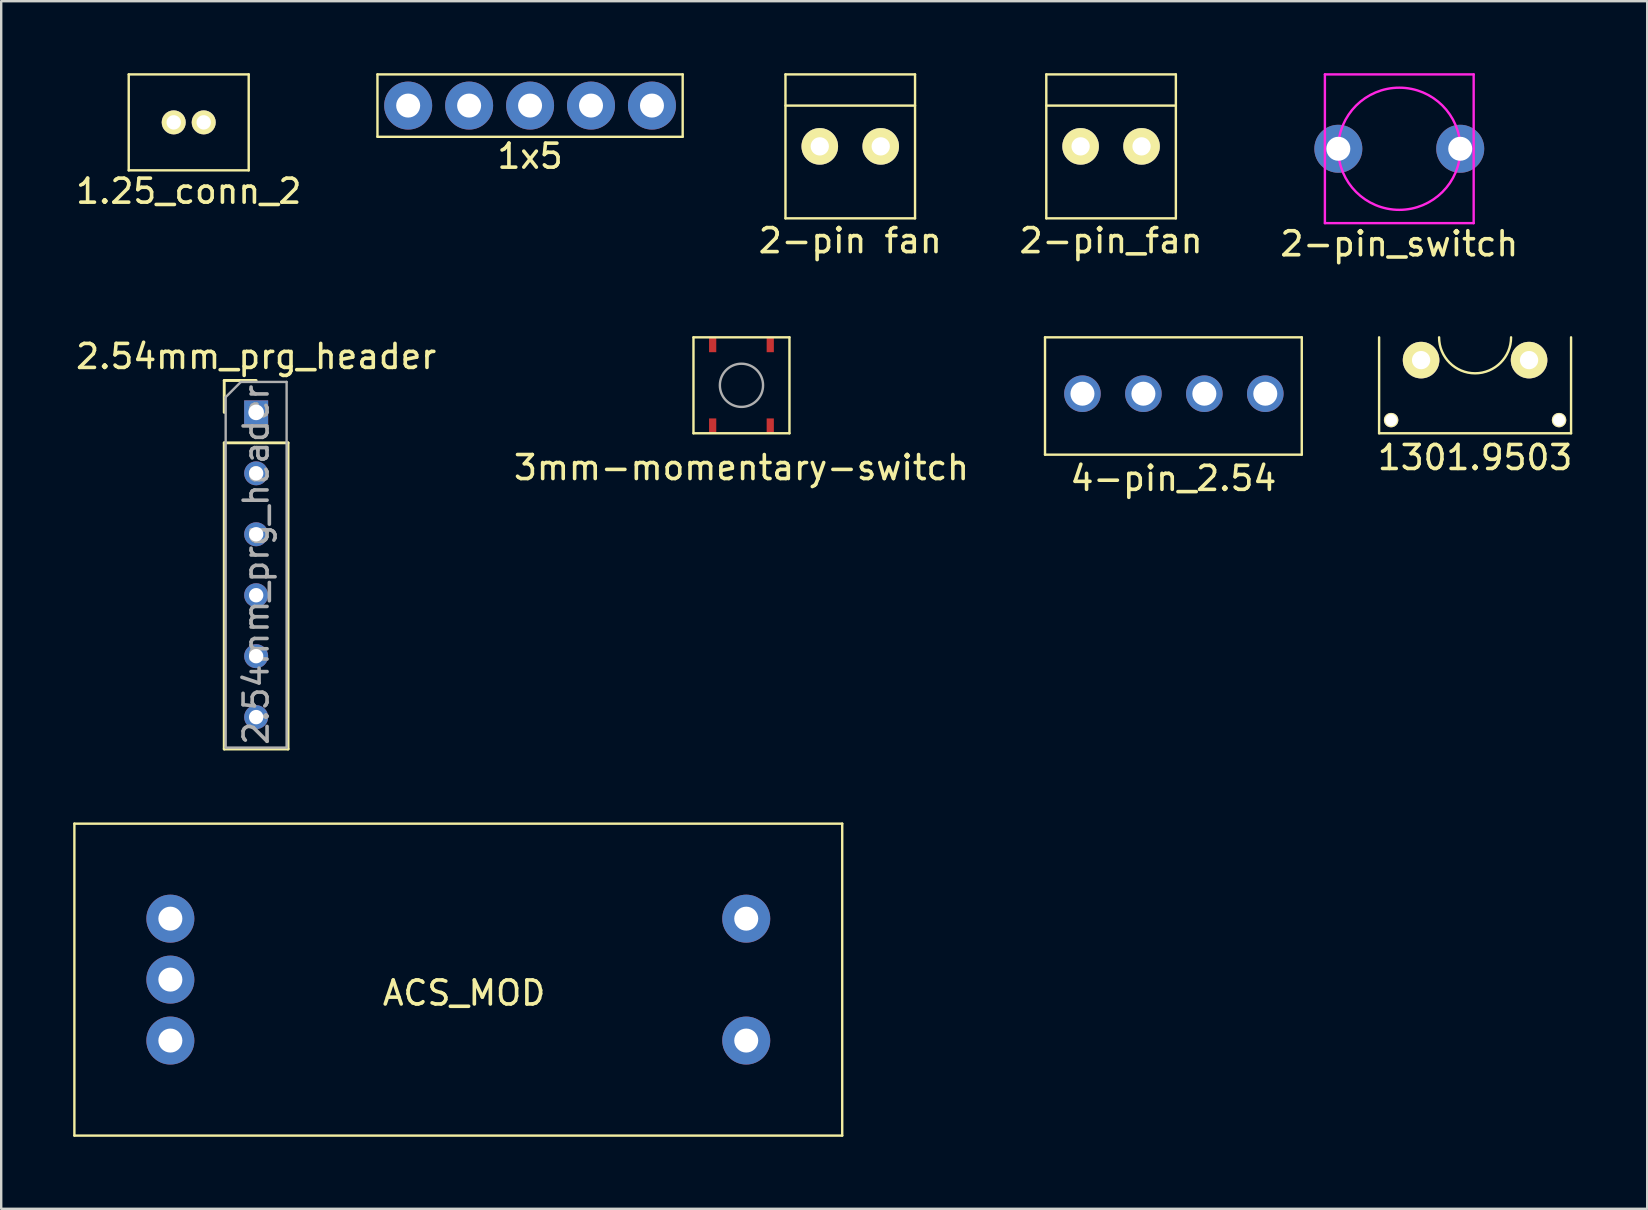
<source format=kicad_pcb>
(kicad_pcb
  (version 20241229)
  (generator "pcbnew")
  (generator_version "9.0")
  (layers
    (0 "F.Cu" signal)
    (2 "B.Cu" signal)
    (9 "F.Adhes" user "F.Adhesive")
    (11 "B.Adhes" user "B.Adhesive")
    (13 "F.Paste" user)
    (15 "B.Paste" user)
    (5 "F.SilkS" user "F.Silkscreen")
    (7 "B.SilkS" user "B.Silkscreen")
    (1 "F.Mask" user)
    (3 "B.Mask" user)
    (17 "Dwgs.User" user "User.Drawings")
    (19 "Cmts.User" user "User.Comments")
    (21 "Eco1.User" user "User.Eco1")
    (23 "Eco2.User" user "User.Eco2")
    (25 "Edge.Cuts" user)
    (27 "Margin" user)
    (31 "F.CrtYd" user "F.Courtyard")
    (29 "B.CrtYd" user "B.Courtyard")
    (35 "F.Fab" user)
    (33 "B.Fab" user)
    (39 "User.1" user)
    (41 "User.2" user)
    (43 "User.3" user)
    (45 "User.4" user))
  (footprint "1.25_conn_2"
    (layer "F.Cu")
    (at 4.815 2.05)
    (property "Reference" "1.25_conn_2" (at 0 2.87 0) (layer "F.SilkS") (effects (font (size 1 1) (thickness 0.15))))
    (attr through_hole)
    (fp_line (start -2.5 -2) (end 2.5 -2) (stroke (width 0.1) (type solid)) (layer "F.SilkS"))
    (fp_line (start -2.5 2) (end -2.5 -2) (stroke (width 0.1) (type solid)) (layer "F.SilkS"))
    (fp_line (start 2.5 -2) (end 2.5 2) (stroke (width 0.1) (type solid)) (layer "F.SilkS"))
    (fp_line (start 2.5 2) (end -2.5 2) (stroke (width 0.1) (type solid)) (layer "F.SilkS"))
    (pad "1" thru_hole circle (at -0.625 0) (size 1 1) (drill 0.6) (layers "*.Cu" "*.Mask" "F.SilkS"))
    (pad "4" thru_hole circle (at 0.625 0) (size 1 1) (drill 0.6) (layers "*.Cu" "*.Mask" "F.SilkS")))
  (footprint "2-pin fan"
    (layer "F.Cu")
    (at 32.385 3.05)
    (property "Reference" "2-pin fan" (at 0 3.93 0) (layer "F.SilkS") (effects (font (size 1 1) (thickness 0.15))))
    (attr through_hole)
    (fp_line (start -2.7 -3) (end 2.7 -3) (stroke (width 0.1) (type solid)) (layer "F.SilkS"))
    (fp_line (start -2.7 -1.7) (end 2.7 -1.7) (stroke (width 0.1) (type solid)) (layer "F.SilkS"))
    (fp_line (start -2.7 3) (end -2.7 -3) (stroke (width 0.1) (type solid)) (layer "F.SilkS"))
    (fp_line (start 2.7 -3) (end 2.7 3) (stroke (width 0.1) (type solid)) (layer "F.SilkS"))
    (fp_line (start 2.7 3) (end -2.7 3) (stroke (width 0.1) (type solid)) (layer "F.SilkS"))
    (pad "1" thru_hole circle (at -1.27 0) (size 1.524 1.524) (drill 0.762) (layers "*.Cu" "*.Mask" "F.SilkS"))
    (pad "2" thru_hole circle (at 1.27 0) (size 1.524 1.524) (drill 0.762) (layers "*.Cu" "*.Mask" "F.SilkS")))
  (footprint "1x5"
    (layer "F.Cu")
    (at 19.041 1.35)
    (property "Reference" "1x5" (at 0 2.11 0) (layer "F.SilkS") (effects (font (size 1 1) (thickness 0.15))))
    (attr through_hole)
    (fp_line (start -6.36 -1.3) (end 6.36 -1.3) (stroke (width 0.1) (type solid)) (layer "F.SilkS"))
    (fp_line (start -6.36 1.3) (end -6.36 -1.3) (stroke (width 0.1) (type solid)) (layer "F.SilkS"))
    (fp_line (start 6.36 -1.3) (end 6.36 1.3) (stroke (width 0.1) (type solid)) (layer "F.SilkS"))
    (fp_line (start 6.36 1.3) (end -6.36 1.3) (stroke (width 0.1) (type solid)) (layer "F.SilkS"))
    (pad "1" thru_hole circle (at -5.08 0) (size 2 2) (drill 1) (layers "*.Cu" "*.Mask"))
    (pad "2" thru_hole circle (at -2.54 0) (size 2 2) (drill 1) (layers "*.Cu" "*.Mask"))
    (pad "3" thru_hole circle (at 0 0) (size 2 2) (drill 1) (layers "*.Cu" "*.Mask"))
    (pad "4" thru_hole circle (at 2.54 0) (size 2 2) (drill 1) (layers "*.Cu" "*.Mask"))
    (pad "5" thru_hole circle (at 5.08 0) (size 2 2) (drill 1) (layers "*.Cu" "*.Mask")))
  (footprint "2.54mm_prg_header"
    (layer "F.Cu")
    (at 7.625 14.136)
    (property "Reference" "2.54mm_prg_header" (at 0 -2.33 0) (layer "F.SilkS") (effects (font (size 1 1) (thickness 0.15))))
    (attr through_hole)
    (fp_line (start -1.33 -1.33) (end 0 -1.33) (stroke (width 0.12) (type solid)) (layer "F.SilkS"))
    (fp_line (start -1.33 0) (end -1.33 -1.33) (stroke (width 0.12) (type solid)) (layer "F.SilkS"))
    (fp_line (start -1.33 1.27) (end -1.33 14.03) (stroke (width 0.12) (type solid)) (layer "F.SilkS"))
    (fp_line (start -1.33 1.27) (end 1.33 1.27) (stroke (width 0.12) (type solid)) (layer "F.SilkS"))
    (fp_line (start -1.33 14.03) (end 1.33 14.03) (stroke (width 0.12) (type solid)) (layer "F.SilkS"))
    (fp_line (start 1.33 1.27) (end 1.33 14.03) (stroke (width 0.12) (type solid)) (layer "F.SilkS"))
    (fp_line (start -1.27 -0.635) (end -0.635 -1.27) (stroke (width 0.1) (type solid)) (layer "F.Fab"))
    (fp_line (start -1.27 13.97) (end -1.27 -0.635) (stroke (width 0.1) (type solid)) (layer "F.Fab"))
    (fp_line (start -0.635 -1.27) (end 1.27 -1.27) (stroke (width 0.1) (type solid)) (layer "F.Fab"))
    (fp_line (start 1.27 -1.27) (end 1.27 13.97) (stroke (width 0.1) (type solid)) (layer "F.Fab"))
    (fp_line (start 1.27 13.97) (end -1.27 13.97) (stroke (width 0.1) (type solid)) (layer "F.Fab"))
    (fp_text user "${REFERENCE}" (at 0 6.35 90) (layer "F.Fab") (effects (font (size 1 1) (thickness 0.15))))
    (pad "1" thru_hole rect (at 0 0) (size 1 1) (drill 0.65) (layers "*.Cu" "*.Mask"))
    (pad "2" thru_hole oval (at 0 2.54) (size 1 1) (drill 0.6) (layers "*.Cu" "*.Mask"))
    (pad "3" thru_hole oval (at 0 5.08) (size 1 1) (drill 0.6) (layers "*.Cu" "*.Mask"))
    (pad "4" thru_hole oval (at 0 7.62) (size 1 1) (drill 0.6) (layers "*.Cu" "*.Mask"))
    (pad "5" thru_hole oval (at 0 10.16) (size 1 1) (drill 0.6) (layers "*.Cu" "*.Mask"))
    (pad "6" thru_hole oval (at 0 12.7) (size 1 1) (drill 0.6) (layers "*.Cu" "*.Mask")))
  (footprint "1301.9503"
    (layer "F.Cu")
    (at 58.425 13.208)
    (property "Reference" "1301.9503" (at 0 2.81 0) (layer "F.SilkS") (effects (font (size 1 1) (thickness 0.15))))
    (attr through_hole)
    (fp_line (start -4 1.8) (end -4 -2.2) (stroke (width 0.1) (type solid)) (layer "F.SilkS"))
    (fp_line (start -4 1.8) (end 4 1.8) (stroke (width 0.1) (type solid)) (layer "F.SilkS"))
    (fp_line (start 4 -2.2) (end 4 1.8) (stroke (width 0.1) (type solid)) (layer "F.SilkS"))
    (fp_arc (start 1.5 -2.2) (mid 0 -0.7) (end -1.5 -2.2) (stroke (width 0.1) (type solid)) (layer "F.SilkS"))
    (pad "1" thru_hole circle (at -2.25 -1.25) (size 1.524 1.524) (drill 0.762) (layers "*.Cu" "*.Mask" "F.SilkS"))
    (pad "2" thru_hole circle (at 2.25 -1.25) (size 1.524 1.524) (drill 0.762) (layers "*.Cu" "*.Mask" "F.SilkS"))
    (pad "3" thru_hole circle (at -3.5 1.25) (size 0.6 0.6) (drill 0.5) (layers "*.Cu" "*.Mask" "F.SilkS"))
    (pad "4" thru_hole circle (at 3.5 1.25) (size 0.6 0.6) (drill 0.5) (layers "*.Cu" "*.Mask" "F.SilkS")))
  (footprint "3mm-momentary-switch"
    (layer "F.Cu")
    (at 27.851 13.008)
    (property "Reference" "3mm-momentary-switch" (at 0 3.43 0) (layer "F.SilkS") (effects (font (size 1 1) (thickness 0.15))))
    (attr through_hole)
    (fp_line (start -2 -2) (end 2 -2) (stroke (width 0.1) (type solid)) (layer "F.SilkS"))
    (fp_line (start -2 2) (end -2 -2) (stroke (width 0.1) (type solid)) (layer "F.SilkS"))
    (fp_line (start 2 -2) (end 2 2) (stroke (width 0.1) (type solid)) (layer "F.SilkS"))
    (fp_line (start 2 2) (end -2 2) (stroke (width 0.1) (type solid)) (layer "F.SilkS"))
    (fp_circle (center 0 0) (end 0.9 0) (stroke (width 0.1) (type solid)) (fill no) (layer "F.Fab"))
    (pad "1" smd rect (at -1.2 -1.68) (size 0.3 0.6) (layers "F.Cu" "F.Mask" "F.Paste"))
    (pad "1" smd rect (at -1.2 1.68) (size 0.3 0.6) (layers "F.Cu" "F.Mask" "F.Paste"))
    (pad "2" smd rect (at 1.2 -1.68) (size 0.3 0.6) (layers "F.Cu" "F.Mask" "F.Paste"))
    (pad "2" smd rect (at 1.2 1.68) (size 0.3 0.6) (layers "F.Cu" "F.Mask" "F.Paste")))
  (footprint "2-pin_switch"
    (layer "F.Cu")
    (at 55.266 3.15)
    (property "Reference" "2-pin_switch" (at 0 3.96 0) (layer "F.SilkS") (effects (font (size 1 1) (thickness 0.15))))
    (attr through_hole)
    (fp_line (start -3.1 -3.1) (end 3.1 -3.1) (stroke (width 0.1) (type solid)) (layer "F.CrtYd"))
    (fp_line (start -3.1 3.1) (end -3.1 -3.1) (stroke (width 0.1) (type solid)) (layer "F.CrtYd"))
    (fp_line (start 3.1 -3.1) (end 3.1 3.1) (stroke (width 0.1) (type solid)) (layer "F.CrtYd"))
    (fp_line (start 3.1 3.1) (end -3.1 3.1) (stroke (width 0.1) (type solid)) (layer "F.CrtYd"))
    (fp_circle (center 0 0) (end 1.8 -1.8) (stroke (width 0.1) (type solid)) (fill no) (layer "F.CrtYd"))
    (pad "1" thru_hole circle (at -2.54 0) (size 2 2) (drill 1) (layers "*.Cu" "*.Mask"))
    (pad "2" thru_hole circle (at 2.54 0) (size 2 2) (drill 1) (layers "*.Cu" "*.Mask")))
  (footprint "4-pin_2.54"
    (layer "F.Cu")
    (at 45.852 13.358)
    (property "Reference" "4-pin_2.54" (at 0 3.53 0) (layer "F.SilkS") (effects (font (size 1 1) (thickness 0.15))))
    (attr through_hole)
    (fp_line (start -5.35 -2.35) (end 5.35 -2.35) (stroke (width 0.1) (type solid)) (layer "F.SilkS"))
    (fp_line (start -5.35 2.54) (end -5.35 -2.35) (stroke (width 0.1) (type solid)) (layer "F.SilkS"))
    (fp_line (start 5.35 -2.35) (end 5.35 2.54) (stroke (width 0.1) (type solid)) (layer "F.SilkS"))
    (fp_line (start 5.35 2.54) (end -5.35 2.54) (stroke (width 0.1) (type solid)) (layer "F.SilkS"))
    (pad "1" thru_hole circle (at -3.79 0) (size 1.524 1.524) (drill 1) (layers "*.Cu" "*.Mask"))
    (pad "2" thru_hole circle (at -1.25 0) (size 1.524 1.524) (drill 1) (layers "*.Cu" "*.Mask"))
    (pad "3" thru_hole circle (at 1.29 0) (size 1.524 1.524) (drill 1) (layers "*.Cu" "*.Mask"))
    (pad "4" thru_hole circle (at 3.83 0) (size 1.524 1.524) (drill 1) (layers "*.Cu" "*.Mask")))
  (footprint "ACS_MOD"
    (layer "F.Cu")
    (at 16.05 37.776)
    (property "Reference" "ACS_MOD" (at 0.24 0.56 0) (layer "F.SilkS") (effects (font (size 1 1) (thickness 0.15))))
    (attr through_hole)
    (fp_line (start -16 -6.5) (end 16 -6.5) (stroke (width 0.1) (type solid)) (layer "F.SilkS"))
    (fp_line (start -16 6.5) (end -16 -6.5) (stroke (width 0.1) (type solid)) (layer "F.SilkS"))
    (fp_line (start 16 -6.5) (end 16 6.5) (stroke (width 0.1) (type solid)) (layer "F.SilkS"))
    (fp_line (start 16 6.5) (end -16 6.5) (stroke (width 0.1) (type solid)) (layer "F.SilkS"))
    (pad "1" thru_hole circle (at -12 2.54) (size 2 2) (drill 1) (layers "*.Cu" "*.Mask"))
    (pad "2" thru_hole circle (at -12 0) (size 2 2) (drill 1) (layers "*.Cu" "*.Mask"))
    (pad "3" thru_hole circle (at -12 -2.54) (size 2 2) (drill 1) (layers "*.Cu" "*.Mask"))
    (pad "4" thru_hole circle (at 12 2.54) (size 2 2) (drill 1) (layers "*.Cu" "*.Mask"))
    (pad "5" thru_hole circle (at 12 -2.54) (size 2 2) (drill 1) (layers "*.Cu" "*.Mask")))
  (footprint "2-pin_fan"
    (layer "F.Cu")
    (at 43.255 3.05)
    (property "Reference" "2-pin_fan" (at 0 3.93 0) (layer "F.SilkS") (effects (font (size 1 1) (thickness 0.15))))
    (attr through_hole)
    (fp_line (start -2.7 -3) (end 2.7 -3) (stroke (width 0.1) (type solid)) (layer "F.SilkS"))
    (fp_line (start -2.7 -1.7) (end 2.7 -1.7) (stroke (width 0.1) (type solid)) (layer "F.SilkS"))
    (fp_line (start -2.7 3) (end -2.7 -3) (stroke (width 0.1) (type solid)) (layer "F.SilkS"))
    (fp_line (start 2.7 -3) (end 2.7 3) (stroke (width 0.1) (type solid)) (layer "F.SilkS"))
    (fp_line (start 2.7 3) (end -2.7 3) (stroke (width 0.1) (type solid)) (layer "F.SilkS"))
    (pad "1" thru_hole circle (at -1.27 0) (size 1.524 1.524) (drill 0.762) (layers "*.Cu" "*.Mask" "F.SilkS"))
    (pad "2" thru_hole circle (at 1.27 0) (size 1.524 1.524) (drill 0.762) (layers "*.Cu" "*.Mask" "F.SilkS")))
  (gr_rect
    (start -3 -3)
    (end 65.598 47.327)
    (stroke (width 0.1) (type default))
    (fill no)
    (layer "Edge.Cuts")))
</source>
